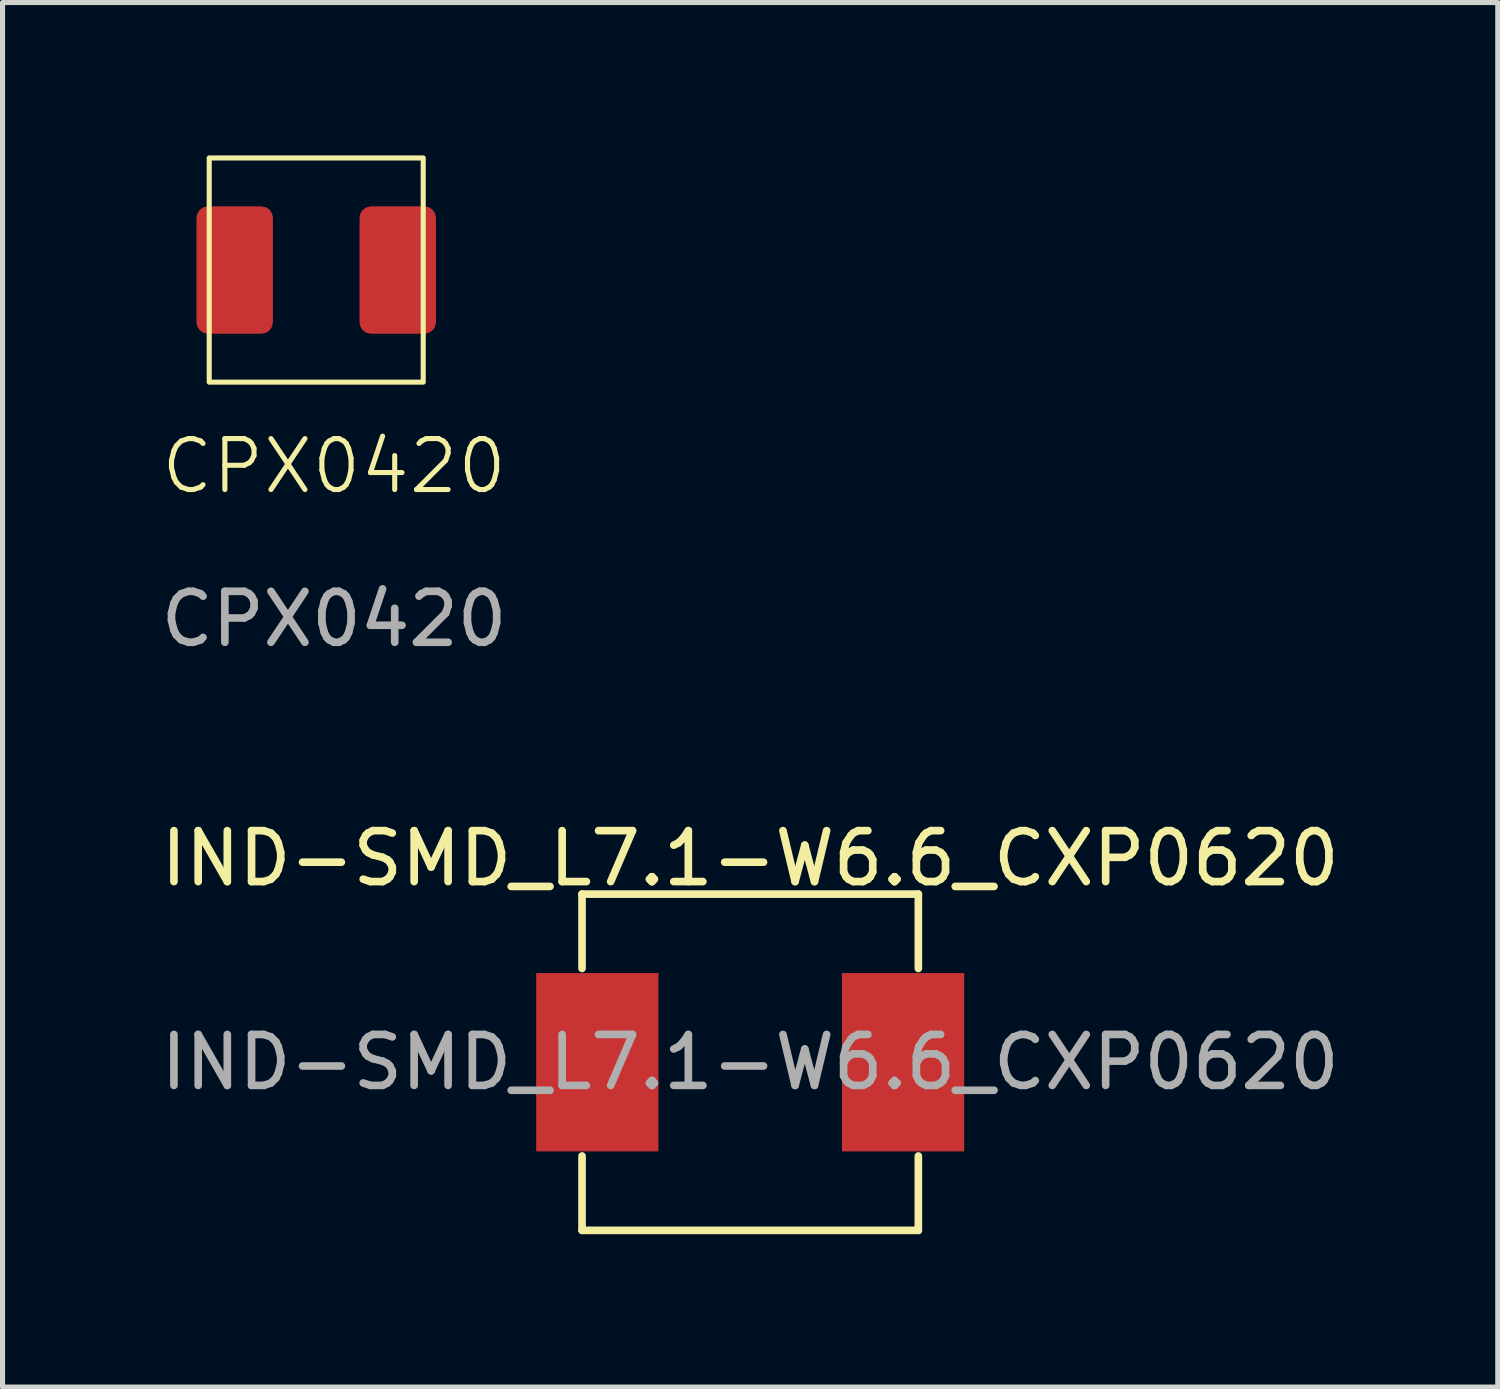
<source format=kicad_pcb>
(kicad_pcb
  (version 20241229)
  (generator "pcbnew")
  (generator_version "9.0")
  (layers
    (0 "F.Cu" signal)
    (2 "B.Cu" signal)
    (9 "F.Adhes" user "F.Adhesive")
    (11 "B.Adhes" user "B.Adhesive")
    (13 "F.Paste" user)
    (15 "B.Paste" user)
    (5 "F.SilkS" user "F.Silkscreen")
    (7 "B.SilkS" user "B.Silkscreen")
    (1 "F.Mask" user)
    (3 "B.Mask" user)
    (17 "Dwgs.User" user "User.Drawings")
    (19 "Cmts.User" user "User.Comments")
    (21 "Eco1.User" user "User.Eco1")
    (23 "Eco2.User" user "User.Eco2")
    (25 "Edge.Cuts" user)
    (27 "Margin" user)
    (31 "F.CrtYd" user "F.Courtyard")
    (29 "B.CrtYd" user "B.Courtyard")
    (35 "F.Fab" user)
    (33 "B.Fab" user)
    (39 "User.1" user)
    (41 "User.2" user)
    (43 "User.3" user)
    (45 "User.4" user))
  (footprint "CPX0420"
    (layer "F.Cu")
    (at 8.156 5.7)
    (property "Reference" "CPX0420" (at -4.65 0.4 0) (unlocked yes) (layer "F.SilkS") (effects (font (size 1 1) (thickness 0.1))))
    (attr smd)
    (fp_rect (start -7.1 -5.65) (end -2.9 -1.25) (stroke (width 0.1) (type default)) (fill no) (layer "F.SilkS"))
    (fp_text user "${REFERENCE}" (at -4.65 3.4 0) (unlocked yes) (layer "F.Fab") (effects (font (size 1 1) (thickness 0.15))))
    (pad "1" smd roundrect (at -6.6 -3.45) (size 1.5 2.5) (layers "F.Cu" "F.Mask" "F.Paste") (roundrect_rratio 0.15))
    (pad "2" smd roundrect (at -3.4 -3.45) (size 1.5 2.5) (layers "F.Cu" "F.Mask" "F.Paste") (roundrect_rratio 0.15)))
  (footprint "IND-SMD_L7.1-W6.6_CXP0620"
    (layer "F.Cu")
    (at 11.673 17.797)
    (property "Reference" "IND-SMD_L7.1-W6.6_CXP0620" (at 0 -4 0) (layer "F.SilkS") (effects (font (size 1 1) (thickness 0.15))))
    (attr through_hole)
    (fp_line (start -3.3 -3.3) (end -3.3 -1.84) (stroke (width 0.15) (type solid)) (layer "F.SilkS"))
    (fp_line (start -3.3 1.84) (end -3.3 3.3) (stroke (width 0.15) (type solid)) (layer "F.SilkS"))
    (fp_line (start -3.3 3.3) (end 3.3 3.3) (stroke (width 0.15) (type solid)) (layer "F.SilkS"))
    (fp_line (start 3.3 -3.3) (end -3.3 -3.3) (stroke (width 0.15) (type solid)) (layer "F.SilkS"))
    (fp_line (start 3.3 -1.84) (end 3.3 -3.3) (stroke (width 0.15) (type solid)) (layer "F.SilkS"))
    (fp_line (start 3.3 3.3) (end 3.3 1.84) (stroke (width 0.15) (type solid)) (layer "F.SilkS"))
    (fp_text user "${REFERENCE}" (at 0 0 0) (layer "F.Fab") (effects (font (size 1 1) (thickness 0.15))))
    (pad "1" smd rect (at -3 0) (size 2.4 3.5) (layers "F.Cu" "F.Mask" "F.Paste"))
    (pad "2" smd rect (at 3 0) (size 2.4 3.5) (layers "F.Cu" "F.Mask" "F.Paste")))
  (gr_rect
    (start -3 -3)
    (end 26.345 24.172)
    (stroke (width 0.1) (type default))
    (fill no)
    (layer "Edge.Cuts")))
</source>
